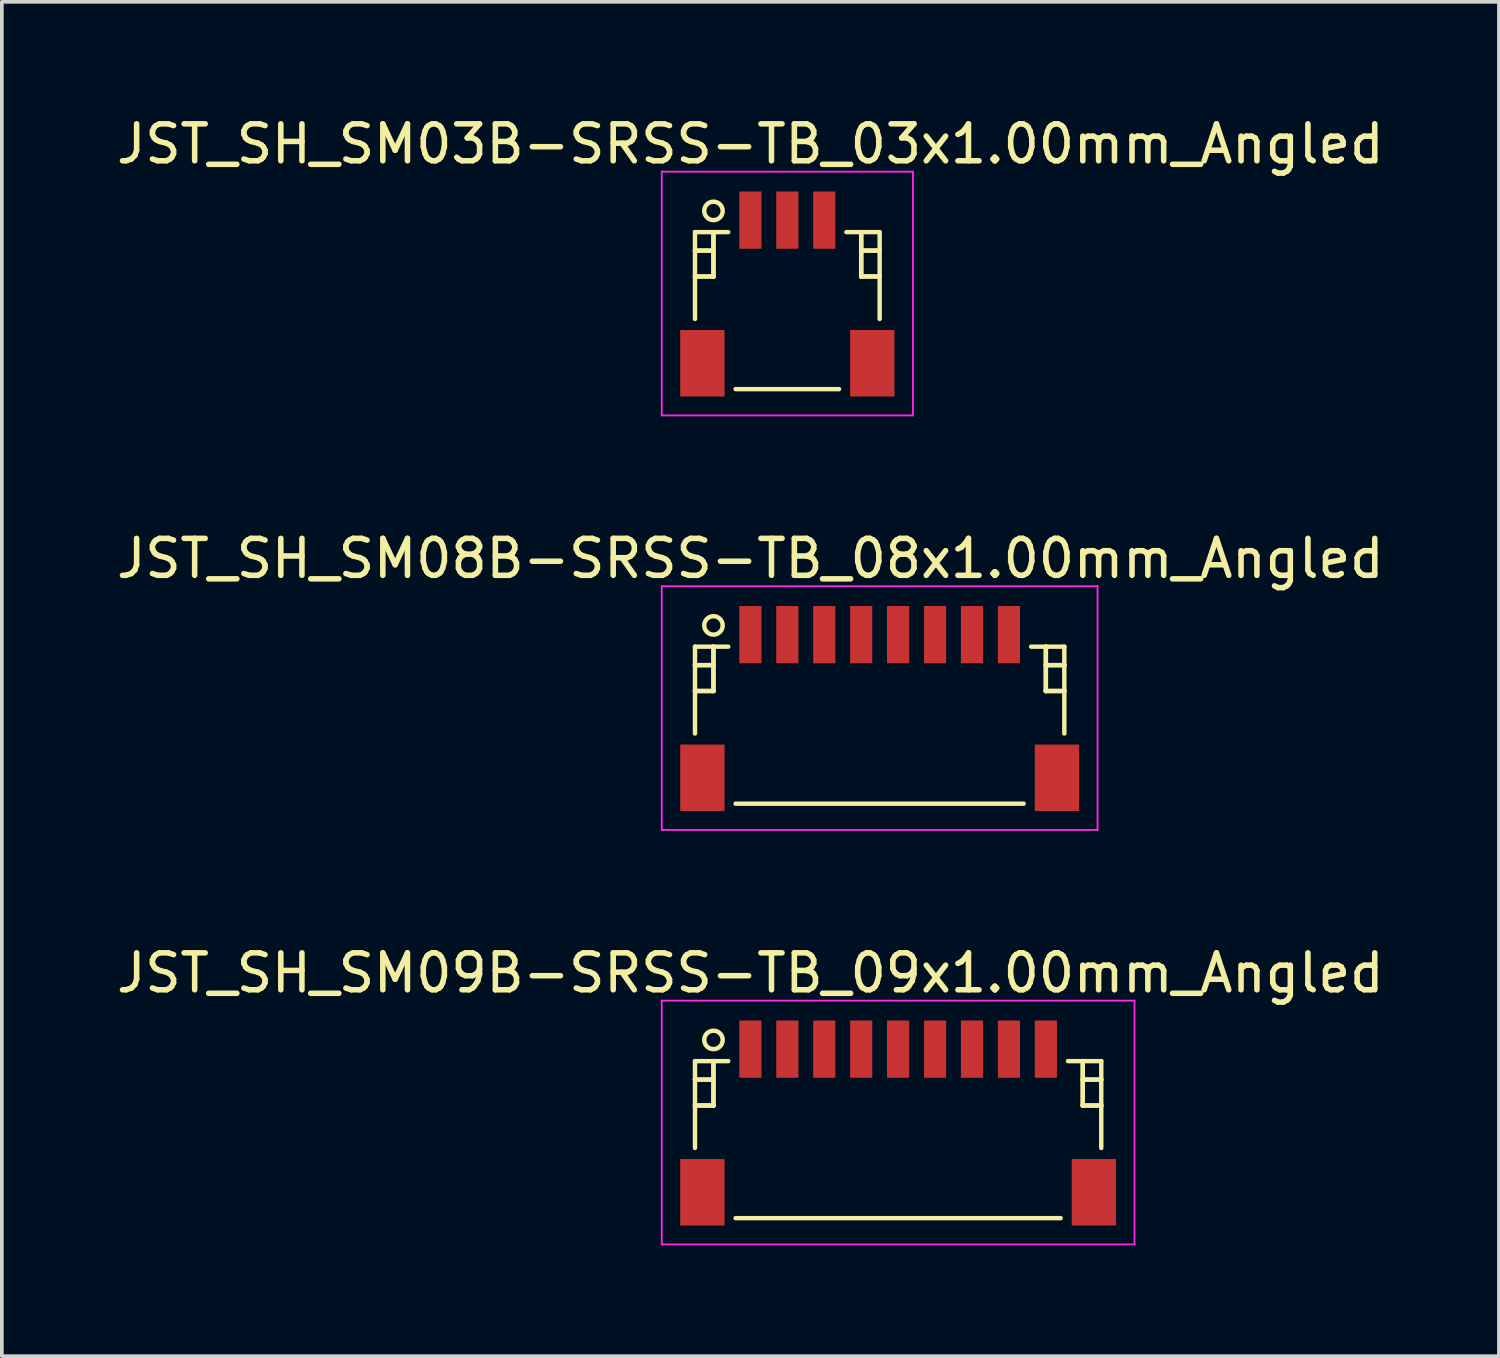
<source format=kicad_pcb>
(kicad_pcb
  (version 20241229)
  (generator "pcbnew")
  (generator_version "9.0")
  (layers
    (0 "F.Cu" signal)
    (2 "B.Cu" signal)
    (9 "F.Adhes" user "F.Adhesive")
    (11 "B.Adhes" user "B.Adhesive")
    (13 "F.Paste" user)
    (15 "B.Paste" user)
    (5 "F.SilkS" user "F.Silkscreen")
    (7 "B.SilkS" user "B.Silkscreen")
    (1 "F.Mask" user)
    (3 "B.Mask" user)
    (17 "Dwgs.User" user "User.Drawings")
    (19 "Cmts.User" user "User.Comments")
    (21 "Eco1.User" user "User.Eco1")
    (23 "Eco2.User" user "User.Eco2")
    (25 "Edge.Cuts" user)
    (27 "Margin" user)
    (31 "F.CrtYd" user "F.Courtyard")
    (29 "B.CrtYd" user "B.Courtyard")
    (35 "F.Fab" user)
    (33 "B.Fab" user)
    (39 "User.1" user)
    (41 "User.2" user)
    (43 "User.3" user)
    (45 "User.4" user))
  (footprint "JST_SH_SM09B-SRSS-TB_09x1.00mm_Angled"
    (layer "F.Cu")
    (at 21.268 27.295)
    (property "Reference" "JST_SH_SM09B-SRSS-TB_09x1.00mm_Angled" (at -4 -4 0) (layer "F.SilkS") (effects (font (size 1 1) (thickness 0.15))))
    (attr smd)
    (fp_line (start -5.5 -1.613) (end -4.6 -1.613) (stroke (width 0.12) (type solid)) (layer "F.SilkS"))
    (fp_line (start -5.5 -1.113) (end -5.5 -1.113) (stroke (width 0.12) (type solid)) (layer "F.SilkS"))
    (fp_line (start -5.5 -1.113) (end -5 -1.113) (stroke (width 0.12) (type solid)) (layer "F.SilkS"))
    (fp_line (start -5.5 -0.412) (end -5.5 -0.412) (stroke (width 0.12) (type solid)) (layer "F.SilkS"))
    (fp_line (start -5.5 -0.412) (end -5 -0.412) (stroke (width 0.12) (type solid)) (layer "F.SilkS"))
    (fp_line (start -5.5 0.738) (end -5.5 -1.613) (stroke (width 0.12) (type solid)) (layer "F.SilkS"))
    (fp_line (start -5 -1.613) (end -5 -1.613) (stroke (width 0.12) (type solid)) (layer "F.SilkS"))
    (fp_line (start -5 -1.613) (end -5 -0.412) (stroke (width 0.12) (type solid)) (layer "F.SilkS"))
    (fp_line (start -5 -1.113) (end -5.5 -1.113) (stroke (width 0.12) (type solid)) (layer "F.SilkS"))
    (fp_line (start -5 -1.113) (end -5 -1.113) (stroke (width 0.12) (type solid)) (layer "F.SilkS"))
    (fp_line (start -5 -0.412) (end -5.5 -0.412) (stroke (width 0.12) (type solid)) (layer "F.SilkS"))
    (fp_line (start -5 -0.412) (end -5 -1.613) (stroke (width 0.12) (type solid)) (layer "F.SilkS"))
    (fp_line (start -5 -0.412) (end -5 -0.412) (stroke (width 0.12) (type solid)) (layer "F.SilkS"))
    (fp_line (start -5 -0.412) (end -5 -0.412) (stroke (width 0.12) (type solid)) (layer "F.SilkS"))
    (fp_line (start -4.4 2.638) (end 4.4 2.638) (stroke (width 0.12) (type solid)) (layer "F.SilkS"))
    (fp_line (start 5 -1.613) (end 5 -1.613) (stroke (width 0.12) (type solid)) (layer "F.SilkS"))
    (fp_line (start 5 -1.613) (end 5 -0.412) (stroke (width 0.12) (type solid)) (layer "F.SilkS"))
    (fp_line (start 5 -1.113) (end 5 -1.113) (stroke (width 0.12) (type solid)) (layer "F.SilkS"))
    (fp_line (start 5 -1.113) (end 5.5 -1.113) (stroke (width 0.12) (type solid)) (layer "F.SilkS"))
    (fp_line (start 5 -0.412) (end 5 -1.613) (stroke (width 0.12) (type solid)) (layer "F.SilkS"))
    (fp_line (start 5 -0.412) (end 5 -0.412) (stroke (width 0.12) (type solid)) (layer "F.SilkS"))
    (fp_line (start 5 -0.412) (end 5 -0.412) (stroke (width 0.12) (type solid)) (layer "F.SilkS"))
    (fp_line (start 5 -0.412) (end 5.5 -0.412) (stroke (width 0.12) (type solid)) (layer "F.SilkS"))
    (fp_line (start 5.5 -1.613) (end 4.6 -1.613) (stroke (width 0.12) (type solid)) (layer "F.SilkS"))
    (fp_line (start 5.5 -1.113) (end 5 -1.113) (stroke (width 0.12) (type solid)) (layer "F.SilkS"))
    (fp_line (start 5.5 -1.113) (end 5.5 -1.113) (stroke (width 0.12) (type solid)) (layer "F.SilkS"))
    (fp_line (start 5.5 -0.412) (end 5 -0.412) (stroke (width 0.12) (type solid)) (layer "F.SilkS"))
    (fp_line (start 5.5 -0.412) (end 5.5 -0.412) (stroke (width 0.12) (type solid)) (layer "F.SilkS"))
    (fp_line (start 5.5 0.738) (end 5.5 -1.613) (stroke (width 0.12) (type solid)) (layer "F.SilkS"))
    (fp_circle (center -5 -2.188) (end -4.75 -2.188) (stroke (width 0.12) (type solid)) (fill no) (layer "F.SilkS"))
    (fp_line (start -6.4 -3.25) (end 6.4 -3.25) (stroke (width 0.05) (type solid)) (layer "F.CrtYd"))
    (fp_line (start -6.4 3.35) (end -6.4 -3.25) (stroke (width 0.05) (type solid)) (layer "F.CrtYd"))
    (fp_line (start 6.4 -3.25) (end 6.4 3.35) (stroke (width 0.05) (type solid)) (layer "F.CrtYd"))
    (fp_line (start 6.4 3.35) (end -6.4 3.35) (stroke (width 0.05) (type solid)) (layer "F.CrtYd"))
    (pad "" smd rect (at -5.3 1.938) (size 1.2 1.8) (layers "F.Cu" "F.Mask" "F.Paste"))
    (pad "" smd rect (at 5.3 1.938) (size 1.2 1.8) (layers "F.Cu" "F.Mask" "F.Paste"))
    (pad "1" smd rect (at -4 -1.938) (size 0.6 1.55) (layers "F.Cu" "F.Mask" "F.Paste"))
    (pad "2" smd rect (at -3 -1.938) (size 0.6 1.55) (layers "F.Cu" "F.Mask" "F.Paste"))
    (pad "3" smd rect (at -2 -1.938) (size 0.6 1.55) (layers "F.Cu" "F.Mask" "F.Paste"))
    (pad "4" smd rect (at -1 -1.938) (size 0.6 1.55) (layers "F.Cu" "F.Mask" "F.Paste"))
    (pad "5" smd rect (at 0 -1.938) (size 0.6 1.55) (layers "F.Cu" "F.Mask" "F.Paste"))
    (pad "6" smd rect (at 1 -1.938) (size 0.6 1.55) (layers "F.Cu" "F.Mask" "F.Paste"))
    (pad "7" smd rect (at 2 -1.938) (size 0.6 1.55) (layers "F.Cu" "F.Mask" "F.Paste"))
    (pad "8" smd rect (at 3 -1.938) (size 0.6 1.55) (layers "F.Cu" "F.Mask" "F.Paste"))
    (pad "9" smd rect (at 4 -1.938) (size 0.6 1.55) (layers "F.Cu" "F.Mask" "F.Paste")))
  (footprint "JST_SH_SM03B-SRSS-TB_03x1.00mm_Angled"
    (layer "F.Cu")
    (at 18.268 4.848)
    (property "Reference" "JST_SH_SM03B-SRSS-TB_03x1.00mm_Angled" (at -1 -4 0) (layer "F.SilkS") (effects (font (size 1 1) (thickness 0.15))))
    (attr smd)
    (fp_line (start -2.5 -1.613) (end -1.6 -1.613) (stroke (width 0.12) (type solid)) (layer "F.SilkS"))
    (fp_line (start -2.5 -1.113) (end -2.5 -1.113) (stroke (width 0.12) (type solid)) (layer "F.SilkS"))
    (fp_line (start -2.5 -1.113) (end -2 -1.113) (stroke (width 0.12) (type solid)) (layer "F.SilkS"))
    (fp_line (start -2.5 -0.412) (end -2.5 -0.412) (stroke (width 0.12) (type solid)) (layer "F.SilkS"))
    (fp_line (start -2.5 -0.412) (end -2 -0.412) (stroke (width 0.12) (type solid)) (layer "F.SilkS"))
    (fp_line (start -2.5 0.738) (end -2.5 -1.613) (stroke (width 0.12) (type solid)) (layer "F.SilkS"))
    (fp_line (start -2 -1.613) (end -2 -1.613) (stroke (width 0.12) (type solid)) (layer "F.SilkS"))
    (fp_line (start -2 -1.613) (end -2 -0.412) (stroke (width 0.12) (type solid)) (layer "F.SilkS"))
    (fp_line (start -2 -1.113) (end -2.5 -1.113) (stroke (width 0.12) (type solid)) (layer "F.SilkS"))
    (fp_line (start -2 -1.113) (end -2 -1.113) (stroke (width 0.12) (type solid)) (layer "F.SilkS"))
    (fp_line (start -2 -0.412) (end -2.5 -0.412) (stroke (width 0.12) (type solid)) (layer "F.SilkS"))
    (fp_line (start -2 -0.412) (end -2 -1.613) (stroke (width 0.12) (type solid)) (layer "F.SilkS"))
    (fp_line (start -2 -0.412) (end -2 -0.412) (stroke (width 0.12) (type solid)) (layer "F.SilkS"))
    (fp_line (start -2 -0.412) (end -2 -0.412) (stroke (width 0.12) (type solid)) (layer "F.SilkS"))
    (fp_line (start -1.4 2.638) (end 1.4 2.638) (stroke (width 0.12) (type solid)) (layer "F.SilkS"))
    (fp_line (start 2 -1.613) (end 2 -1.613) (stroke (width 0.12) (type solid)) (layer "F.SilkS"))
    (fp_line (start 2 -1.613) (end 2 -0.412) (stroke (width 0.12) (type solid)) (layer "F.SilkS"))
    (fp_line (start 2 -1.113) (end 2 -1.113) (stroke (width 0.12) (type solid)) (layer "F.SilkS"))
    (fp_line (start 2 -1.113) (end 2.5 -1.113) (stroke (width 0.12) (type solid)) (layer "F.SilkS"))
    (fp_line (start 2 -0.412) (end 2 -1.613) (stroke (width 0.12) (type solid)) (layer "F.SilkS"))
    (fp_line (start 2 -0.412) (end 2 -0.412) (stroke (width 0.12) (type solid)) (layer "F.SilkS"))
    (fp_line (start 2 -0.412) (end 2 -0.412) (stroke (width 0.12) (type solid)) (layer "F.SilkS"))
    (fp_line (start 2 -0.412) (end 2.5 -0.412) (stroke (width 0.12) (type solid)) (layer "F.SilkS"))
    (fp_line (start 2.5 -1.613) (end 1.6 -1.613) (stroke (width 0.12) (type solid)) (layer "F.SilkS"))
    (fp_line (start 2.5 -1.113) (end 2 -1.113) (stroke (width 0.12) (type solid)) (layer "F.SilkS"))
    (fp_line (start 2.5 -1.113) (end 2.5 -1.113) (stroke (width 0.12) (type solid)) (layer "F.SilkS"))
    (fp_line (start 2.5 -0.412) (end 2 -0.412) (stroke (width 0.12) (type solid)) (layer "F.SilkS"))
    (fp_line (start 2.5 -0.412) (end 2.5 -0.412) (stroke (width 0.12) (type solid)) (layer "F.SilkS"))
    (fp_line (start 2.5 0.738) (end 2.5 -1.613) (stroke (width 0.12) (type solid)) (layer "F.SilkS"))
    (fp_circle (center -2 -2.188) (end -1.75 -2.188) (stroke (width 0.12) (type solid)) (fill no) (layer "F.SilkS"))
    (fp_line (start -3.4 -3.25) (end 3.4 -3.25) (stroke (width 0.05) (type solid)) (layer "F.CrtYd"))
    (fp_line (start -3.4 3.35) (end -3.4 -3.25) (stroke (width 0.05) (type solid)) (layer "F.CrtYd"))
    (fp_line (start 3.4 -3.25) (end 3.4 3.35) (stroke (width 0.05) (type solid)) (layer "F.CrtYd"))
    (fp_line (start 3.4 3.35) (end -3.4 3.35) (stroke (width 0.05) (type solid)) (layer "F.CrtYd"))
    (pad "" smd rect (at -2.3 1.938) (size 1.2 1.8) (layers "F.Cu" "F.Mask" "F.Paste"))
    (pad "" smd rect (at 2.3 1.938) (size 1.2 1.8) (layers "F.Cu" "F.Mask" "F.Paste"))
    (pad "1" smd rect (at -1 -1.938) (size 0.6 1.55) (layers "F.Cu" "F.Mask" "F.Paste"))
    (pad "2" smd rect (at 0 -1.938) (size 0.6 1.55) (layers "F.Cu" "F.Mask" "F.Paste"))
    (pad "3" smd rect (at 1 -1.938) (size 0.6 1.55) (layers "F.Cu" "F.Mask" "F.Paste")))
  (footprint "JST_SH_SM08B-SRSS-TB_08x1.00mm_Angled"
    (layer "F.Cu")
    (at 20.768 16.072)
    (property "Reference" "JST_SH_SM08B-SRSS-TB_08x1.00mm_Angled" (at -3.5 -4 0) (layer "F.SilkS") (effects (font (size 1 1) (thickness 0.15))))
    (attr smd)
    (fp_line (start -5 -1.613) (end -4.1 -1.613) (stroke (width 0.12) (type solid)) (layer "F.SilkS"))
    (fp_line (start -5 -1.113) (end -5 -1.113) (stroke (width 0.12) (type solid)) (layer "F.SilkS"))
    (fp_line (start -5 -1.113) (end -4.5 -1.113) (stroke (width 0.12) (type solid)) (layer "F.SilkS"))
    (fp_line (start -5 -0.412) (end -5 -0.412) (stroke (width 0.12) (type solid)) (layer "F.SilkS"))
    (fp_line (start -5 -0.412) (end -4.5 -0.412) (stroke (width 0.12) (type solid)) (layer "F.SilkS"))
    (fp_line (start -5 0.738) (end -5 -1.613) (stroke (width 0.12) (type solid)) (layer "F.SilkS"))
    (fp_line (start -4.5 -1.613) (end -4.5 -1.613) (stroke (width 0.12) (type solid)) (layer "F.SilkS"))
    (fp_line (start -4.5 -1.613) (end -4.5 -0.412) (stroke (width 0.12) (type solid)) (layer "F.SilkS"))
    (fp_line (start -4.5 -1.113) (end -5 -1.113) (stroke (width 0.12) (type solid)) (layer "F.SilkS"))
    (fp_line (start -4.5 -1.113) (end -4.5 -1.113) (stroke (width 0.12) (type solid)) (layer "F.SilkS"))
    (fp_line (start -4.5 -0.412) (end -5 -0.412) (stroke (width 0.12) (type solid)) (layer "F.SilkS"))
    (fp_line (start -4.5 -0.412) (end -4.5 -1.613) (stroke (width 0.12) (type solid)) (layer "F.SilkS"))
    (fp_line (start -4.5 -0.412) (end -4.5 -0.412) (stroke (width 0.12) (type solid)) (layer "F.SilkS"))
    (fp_line (start -4.5 -0.412) (end -4.5 -0.412) (stroke (width 0.12) (type solid)) (layer "F.SilkS"))
    (fp_line (start -3.9 2.638) (end 3.9 2.638) (stroke (width 0.12) (type solid)) (layer "F.SilkS"))
    (fp_line (start 4.5 -1.613) (end 4.5 -1.613) (stroke (width 0.12) (type solid)) (layer "F.SilkS"))
    (fp_line (start 4.5 -1.613) (end 4.5 -0.412) (stroke (width 0.12) (type solid)) (layer "F.SilkS"))
    (fp_line (start 4.5 -1.113) (end 4.5 -1.113) (stroke (width 0.12) (type solid)) (layer "F.SilkS"))
    (fp_line (start 4.5 -1.113) (end 5 -1.113) (stroke (width 0.12) (type solid)) (layer "F.SilkS"))
    (fp_line (start 4.5 -0.412) (end 4.5 -1.613) (stroke (width 0.12) (type solid)) (layer "F.SilkS"))
    (fp_line (start 4.5 -0.412) (end 4.5 -0.412) (stroke (width 0.12) (type solid)) (layer "F.SilkS"))
    (fp_line (start 4.5 -0.412) (end 4.5 -0.412) (stroke (width 0.12) (type solid)) (layer "F.SilkS"))
    (fp_line (start 4.5 -0.412) (end 5 -0.412) (stroke (width 0.12) (type solid)) (layer "F.SilkS"))
    (fp_line (start 5 -1.613) (end 4.1 -1.613) (stroke (width 0.12) (type solid)) (layer "F.SilkS"))
    (fp_line (start 5 -1.113) (end 4.5 -1.113) (stroke (width 0.12) (type solid)) (layer "F.SilkS"))
    (fp_line (start 5 -1.113) (end 5 -1.113) (stroke (width 0.12) (type solid)) (layer "F.SilkS"))
    (fp_line (start 5 -0.412) (end 4.5 -0.412) (stroke (width 0.12) (type solid)) (layer "F.SilkS"))
    (fp_line (start 5 -0.412) (end 5 -0.412) (stroke (width 0.12) (type solid)) (layer "F.SilkS"))
    (fp_line (start 5 0.738) (end 5 -1.613) (stroke (width 0.12) (type solid)) (layer "F.SilkS"))
    (fp_circle (center -4.5 -2.188) (end -4.25 -2.188) (stroke (width 0.12) (type solid)) (fill no) (layer "F.SilkS"))
    (fp_line (start -5.9 -3.25) (end 5.9 -3.25) (stroke (width 0.05) (type solid)) (layer "F.CrtYd"))
    (fp_line (start -5.9 3.35) (end -5.9 -3.25) (stroke (width 0.05) (type solid)) (layer "F.CrtYd"))
    (fp_line (start 5.9 -3.25) (end 5.9 3.35) (stroke (width 0.05) (type solid)) (layer "F.CrtYd"))
    (fp_line (start 5.9 3.35) (end -5.9 3.35) (stroke (width 0.05) (type solid)) (layer "F.CrtYd"))
    (pad "" smd rect (at -4.8 1.938) (size 1.2 1.8) (layers "F.Cu" "F.Mask" "F.Paste"))
    (pad "" smd rect (at 4.8 1.938) (size 1.2 1.8) (layers "F.Cu" "F.Mask" "F.Paste"))
    (pad "1" smd rect (at -3.5 -1.938) (size 0.6 1.55) (layers "F.Cu" "F.Mask" "F.Paste"))
    (pad "2" smd rect (at -2.5 -1.938) (size 0.6 1.55) (layers "F.Cu" "F.Mask" "F.Paste"))
    (pad "3" smd rect (at -1.5 -1.938) (size 0.6 1.55) (layers "F.Cu" "F.Mask" "F.Paste"))
    (pad "4" smd rect (at -0.5 -1.938) (size 0.6 1.55) (layers "F.Cu" "F.Mask" "F.Paste"))
    (pad "5" smd rect (at 0.5 -1.938) (size 0.6 1.55) (layers "F.Cu" "F.Mask" "F.Paste"))
    (pad "6" smd rect (at 1.5 -1.938) (size 0.6 1.55) (layers "F.Cu" "F.Mask" "F.Paste"))
    (pad "7" smd rect (at 2.5 -1.938) (size 0.6 1.55) (layers "F.Cu" "F.Mask" "F.Paste"))
    (pad "8" smd rect (at 3.5 -1.938) (size 0.6 1.55) (layers "F.Cu" "F.Mask" "F.Paste")))
  (gr_rect
    (start -3 -3)
    (end 37.536 33.67)
    (stroke (width 0.1) (type default))
    (fill no)
    (layer "Edge.Cuts")))
</source>
